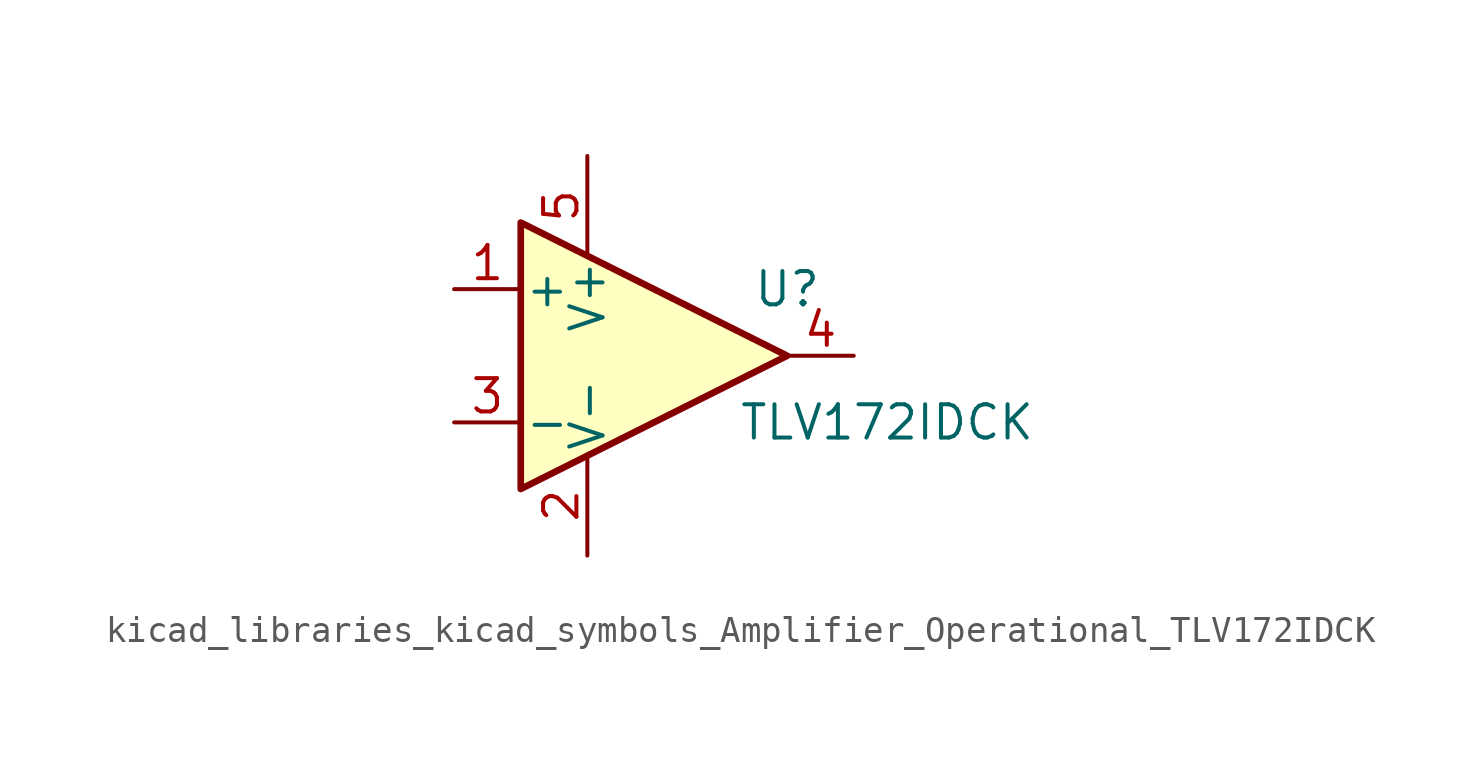
<source format=kicad_sym>
(kicad_symbol_lib
  (version 20220914)
  (generator kicad_symbol_editor)
  (symbol "kicad_libraries_kicad_symbols_Amplifier_Operational_TLV172IDCK"
    (pin_names
      (offset 0.127))
    (property "Reference" "U"
      (at 7.62 2.54 0)
      (effects (font (size 1.27 1.27))))
    (property "Value" "TLV172IDCK"
      (at 11.43 -2.54 0)
      (effects (font (size 1.27 1.27))))
    (symbol "kicad_libraries_kicad_symbols_Amplifier_Operational_TLV172IDCK_0_1"
      (polyline (pts (xy -2.54 5.08) (xy -2.54 -5.08) (xy 7.62 0) (xy -2.54 5.08)) (stroke (width 0.254) (type default)) (fill (type background))))
    (symbol "kicad_libraries_kicad_symbols_Amplifier_Operational_TLV172IDCK_1_1"
      (pin input line (at -5.08 2.54 0) (length 2.54) (name "+" (effects (font (size 1.27 1.27)))) (number "1" (effects (font (size 1.27 1.27)))))
      (pin power_in line (at 0 -7.62 90) (length 3.81) (name "V-" (effects (font (size 1.27 1.27)))) (number "2" (effects (font (size 1.27 1.27)))))
      (pin input line (at -5.08 -2.54 0) (length 2.54) (name "-" (effects (font (size 1.27 1.27)))) (number "3" (effects (font (size 1.27 1.27)))))
      (pin output line (at 10.16 0 180) (length 2.54) (name "~" (effects (font (size 1.27 1.27)))) (number "4" (effects (font (size 1.27 1.27)))))
      (pin power_in line (at 0 7.62 270) (length 3.81) (name "V+" (effects (font (size 1.27 1.27)))) (number "5" (effects (font (size 1.27 1.27))))))))
</source>
